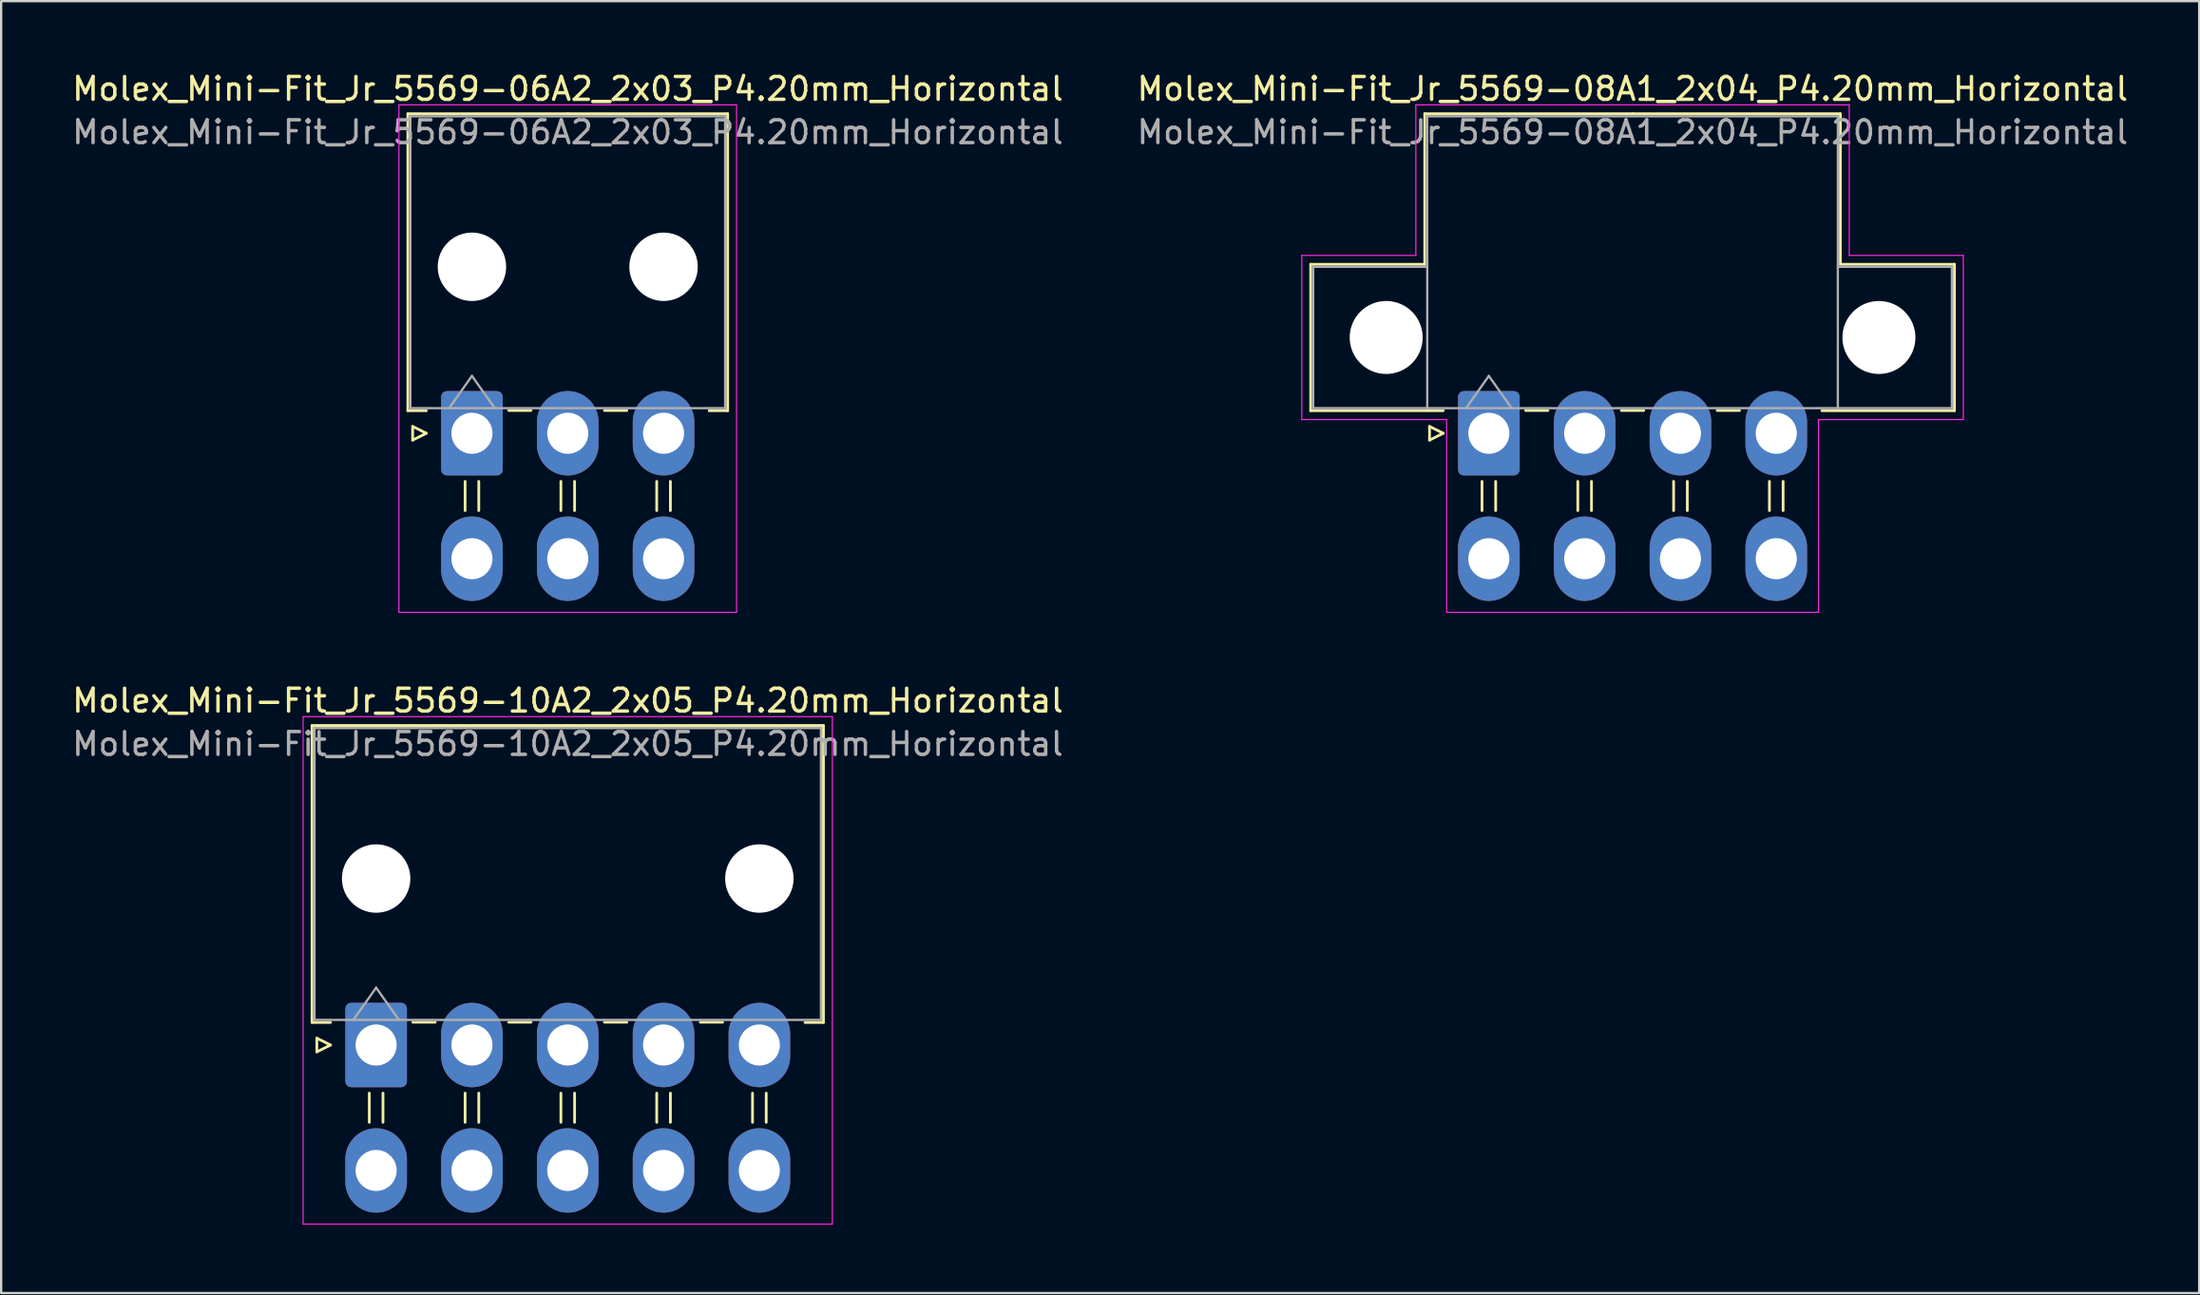
<source format=kicad_pcb>
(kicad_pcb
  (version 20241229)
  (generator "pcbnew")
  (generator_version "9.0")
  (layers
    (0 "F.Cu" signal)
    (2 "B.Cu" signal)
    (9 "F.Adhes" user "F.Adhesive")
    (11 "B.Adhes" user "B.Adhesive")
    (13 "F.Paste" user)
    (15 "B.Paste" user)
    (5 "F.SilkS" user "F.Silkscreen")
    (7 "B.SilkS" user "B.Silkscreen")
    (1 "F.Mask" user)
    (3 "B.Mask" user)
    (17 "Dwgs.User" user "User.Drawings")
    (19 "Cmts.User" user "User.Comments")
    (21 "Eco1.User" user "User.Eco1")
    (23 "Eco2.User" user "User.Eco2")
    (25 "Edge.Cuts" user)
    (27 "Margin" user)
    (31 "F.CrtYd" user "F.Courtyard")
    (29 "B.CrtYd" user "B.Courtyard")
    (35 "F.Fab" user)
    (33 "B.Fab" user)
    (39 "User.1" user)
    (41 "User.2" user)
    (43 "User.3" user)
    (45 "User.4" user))
  (footprint "Molex_Mini-Fit_Jr_5569-06A2_2x03_P4.20mm_Horizontal"
    (layer "F.Cu")
    (at 17.639 15.948)
    (property "Reference" "Molex_Mini-Fit_Jr_5569-06A2_2x03_P4.20mm_Horizontal" (at 4.2 -15.1 0) (layer "F.SilkS") (effects (font (size 1 1) (thickness 0.15))))
    (attr through_hole)
    (fp_line (start -2.81 -14.01) (end 4.2 -14.01) (stroke (width 0.12) (type solid)) (layer "F.SilkS"))
    (fp_line (start -2.81 -0.99) (end -2.81 -14.01) (stroke (width 0.12) (type solid)) (layer "F.SilkS"))
    (fp_line (start -2.6 -0.3) (end -2 0) (stroke (width 0.12) (type solid)) (layer "F.SilkS"))
    (fp_line (start -2.6 0.3) (end -2.6 -0.3) (stroke (width 0.12) (type solid)) (layer "F.SilkS"))
    (fp_line (start -2 -0.99) (end -2.81 -0.99) (stroke (width 0.12) (type solid)) (layer "F.SilkS"))
    (fp_line (start -2 0) (end -2.6 0.3) (stroke (width 0.12) (type solid)) (layer "F.SilkS"))
    (fp_line (start -0.3 2.11) (end -0.3 3.39) (stroke (width 0.12) (type solid)) (layer "F.SilkS"))
    (fp_line (start 0.3 2.11) (end 0.3 3.39) (stroke (width 0.12) (type solid)) (layer "F.SilkS"))
    (fp_line (start 1.61 -1) (end 2.59 -1) (stroke (width 0.12) (type solid)) (layer "F.SilkS"))
    (fp_line (start 3.9 2.11) (end 3.9 3.39) (stroke (width 0.12) (type solid)) (layer "F.SilkS"))
    (fp_line (start 4.5 2.11) (end 4.5 3.39) (stroke (width 0.12) (type solid)) (layer "F.SilkS"))
    (fp_line (start 5.81 -1) (end 6.79 -1) (stroke (width 0.12) (type solid)) (layer "F.SilkS"))
    (fp_line (start 8.1 2.11) (end 8.1 3.39) (stroke (width 0.12) (type solid)) (layer "F.SilkS"))
    (fp_line (start 8.7 2.11) (end 8.7 3.39) (stroke (width 0.12) (type solid)) (layer "F.SilkS"))
    (fp_line (start 10.4 -0.99) (end 11.21 -0.99) (stroke (width 0.12) (type solid)) (layer "F.SilkS"))
    (fp_line (start 11.21 -14.01) (end 4.2 -14.01) (stroke (width 0.12) (type solid)) (layer "F.SilkS"))
    (fp_line (start 11.21 -0.99) (end 11.21 -14.01) (stroke (width 0.12) (type solid)) (layer "F.SilkS"))
    (fp_line (start -3.2 -14.4) (end -3.2 7.85) (stroke (width 0.05) (type solid)) (layer "F.CrtYd"))
    (fp_line (start -3.2 7.85) (end 11.6 7.85) (stroke (width 0.05) (type solid)) (layer "F.CrtYd"))
    (fp_line (start 11.6 -14.4) (end -3.2 -14.4) (stroke (width 0.05) (type solid)) (layer "F.CrtYd"))
    (fp_line (start 11.6 7.85) (end 11.6 -14.4) (stroke (width 0.05) (type solid)) (layer "F.CrtYd"))
    (fp_line (start -2.7 -13.9) (end -2.7 -1.1) (stroke (width 0.1) (type solid)) (layer "F.Fab"))
    (fp_line (start -2.7 -1.1) (end 11.1 -1.1) (stroke (width 0.1) (type solid)) (layer "F.Fab"))
    (fp_line (start -1 -1.1) (end 0 -2.514) (stroke (width 0.1) (type solid)) (layer "F.Fab"))
    (fp_line (start 0 -2.514) (end 1 -1.1) (stroke (width 0.1) (type solid)) (layer "F.Fab"))
    (fp_line (start 11.1 -13.9) (end -2.7 -13.9) (stroke (width 0.1) (type solid)) (layer "F.Fab"))
    (fp_line (start 11.1 -1.1) (end 11.1 -13.9) (stroke (width 0.1) (type solid)) (layer "F.Fab"))
    (fp_text user "${REFERENCE}" (at 4.2 -13.2 0) (layer "F.Fab") (effects (font (size 1 1) (thickness 0.15))))
    (pad "" np_thru_hole circle (at 0 -7.3) (size 3 3) (drill 3) (layers "*.Cu" "*.Mask"))
    (pad "" np_thru_hole circle (at 8.4 -7.3) (size 3 3) (drill 3) (layers "*.Cu" "*.Mask"))
    (pad "1" thru_hole roundrect (at 0 0) (size 2.7 3.7) (drill 1.8) (layers "*.Cu" "*.Mask") (roundrect_rratio 0.093))
    (pad "2" thru_hole oval (at 4.2 0) (size 2.7 3.7) (drill 1.8) (layers "*.Cu" "*.Mask"))
    (pad "3" thru_hole oval (at 8.4 0) (size 2.7 3.7) (drill 1.8) (layers "*.Cu" "*.Mask"))
    (pad "4" thru_hole oval (at 0 5.5) (size 2.7 3.7) (drill 1.8) (layers "*.Cu" "*.Mask"))
    (pad "5" thru_hole oval (at 4.2 5.5) (size 2.7 3.7) (drill 1.8) (layers "*.Cu" "*.Mask"))
    (pad "6" thru_hole oval (at 8.4 5.5) (size 2.7 3.7) (drill 1.8) (layers "*.Cu" "*.Mask")))
  (footprint "Molex_Mini-Fit_Jr_5569-08A1_2x04_P4.20mm_Horizontal"
    (layer "F.Cu")
    (at 62.218 15.948)
    (property "Reference" "Molex_Mini-Fit_Jr_5569-08A1_2x04_P4.20mm_Horizontal" (at 6.3 -15.1 0) (layer "F.SilkS") (effects (font (size 1 1) (thickness 0.15))))
    (attr through_hole)
    (fp_line (start -7.81 -7.41) (end -7.81 -0.99) (stroke (width 0.12) (type solid)) (layer "F.SilkS"))
    (fp_line (start -7.81 -0.99) (end -2 -0.99) (stroke (width 0.12) (type solid)) (layer "F.SilkS"))
    (fp_line (start -2.81 -14.01) (end -2.81 -7.41) (stroke (width 0.12) (type solid)) (layer "F.SilkS"))
    (fp_line (start -2.81 -7.41) (end -7.81 -7.41) (stroke (width 0.12) (type solid)) (layer "F.SilkS"))
    (fp_line (start -2.6 -0.3) (end -2 0) (stroke (width 0.12) (type solid)) (layer "F.SilkS"))
    (fp_line (start -2.6 0.3) (end -2.6 -0.3) (stroke (width 0.12) (type solid)) (layer "F.SilkS"))
    (fp_line (start -2 0) (end -2.6 0.3) (stroke (width 0.12) (type solid)) (layer "F.SilkS"))
    (fp_line (start -0.3 2.11) (end -0.3 3.39) (stroke (width 0.12) (type solid)) (layer "F.SilkS"))
    (fp_line (start 0.3 2.11) (end 0.3 3.39) (stroke (width 0.12) (type solid)) (layer "F.SilkS"))
    (fp_line (start 1.61 -1) (end 2.59 -1) (stroke (width 0.12) (type solid)) (layer "F.SilkS"))
    (fp_line (start 3.9 2.11) (end 3.9 3.39) (stroke (width 0.12) (type solid)) (layer "F.SilkS"))
    (fp_line (start 4.5 2.11) (end 4.5 3.39) (stroke (width 0.12) (type solid)) (layer "F.SilkS"))
    (fp_line (start 5.81 -1) (end 6.79 -1) (stroke (width 0.12) (type solid)) (layer "F.SilkS"))
    (fp_line (start 6.3 -14.01) (end -2.81 -14.01) (stroke (width 0.12) (type solid)) (layer "F.SilkS"))
    (fp_line (start 6.3 -14.01) (end 15.41 -14.01) (stroke (width 0.12) (type solid)) (layer "F.SilkS"))
    (fp_line (start 8.1 2.11) (end 8.1 3.39) (stroke (width 0.12) (type solid)) (layer "F.SilkS"))
    (fp_line (start 8.7 2.11) (end 8.7 3.39) (stroke (width 0.12) (type solid)) (layer "F.SilkS"))
    (fp_line (start 10.01 -1) (end 10.99 -1) (stroke (width 0.12) (type solid)) (layer "F.SilkS"))
    (fp_line (start 12.3 2.11) (end 12.3 3.39) (stroke (width 0.12) (type solid)) (layer "F.SilkS"))
    (fp_line (start 12.9 2.11) (end 12.9 3.39) (stroke (width 0.12) (type solid)) (layer "F.SilkS"))
    (fp_line (start 15.41 -14.01) (end 15.41 -7.41) (stroke (width 0.12) (type solid)) (layer "F.SilkS"))
    (fp_line (start 15.41 -7.41) (end 20.41 -7.41) (stroke (width 0.12) (type solid)) (layer "F.SilkS"))
    (fp_line (start 20.41 -7.41) (end 20.41 -0.99) (stroke (width 0.12) (type solid)) (layer "F.SilkS"))
    (fp_line (start 20.41 -0.99) (end 14.6 -0.99) (stroke (width 0.12) (type solid)) (layer "F.SilkS"))
    (fp_line (start -8.2 -7.8) (end -8.2 -0.6) (stroke (width 0.05) (type solid)) (layer "F.CrtYd"))
    (fp_line (start -8.2 -0.6) (end -1.85 -0.6) (stroke (width 0.05) (type solid)) (layer "F.CrtYd"))
    (fp_line (start -3.2 -14.4) (end -3.2 -7.8) (stroke (width 0.05) (type solid)) (layer "F.CrtYd"))
    (fp_line (start -3.2 -7.8) (end -8.2 -7.8) (stroke (width 0.05) (type solid)) (layer "F.CrtYd"))
    (fp_line (start -1.85 -0.6) (end -1.85 7.85) (stroke (width 0.05) (type solid)) (layer "F.CrtYd"))
    (fp_line (start -1.85 7.85) (end 6.3 7.85) (stroke (width 0.05) (type solid)) (layer "F.CrtYd"))
    (fp_line (start 6.3 -14.4) (end -3.2 -14.4) (stroke (width 0.05) (type solid)) (layer "F.CrtYd"))
    (fp_line (start 6.3 -14.4) (end 15.8 -14.4) (stroke (width 0.05) (type solid)) (layer "F.CrtYd"))
    (fp_line (start 14.45 -0.6) (end 14.45 7.85) (stroke (width 0.05) (type solid)) (layer "F.CrtYd"))
    (fp_line (start 14.45 7.85) (end 6.3 7.85) (stroke (width 0.05) (type solid)) (layer "F.CrtYd"))
    (fp_line (start 15.8 -14.4) (end 15.8 -7.8) (stroke (width 0.05) (type solid)) (layer "F.CrtYd"))
    (fp_line (start 15.8 -7.8) (end 20.8 -7.8) (stroke (width 0.05) (type solid)) (layer "F.CrtYd"))
    (fp_line (start 20.8 -7.8) (end 20.8 -0.6) (stroke (width 0.05) (type solid)) (layer "F.CrtYd"))
    (fp_line (start 20.8 -0.6) (end 14.45 -0.6) (stroke (width 0.05) (type solid)) (layer "F.CrtYd"))
    (fp_line (start -7.7 -7.3) (end -7.7 -1.1) (stroke (width 0.1) (type solid)) (layer "F.Fab"))
    (fp_line (start -7.7 -1.1) (end -2.7 -1.1) (stroke (width 0.1) (type solid)) (layer "F.Fab"))
    (fp_line (start -2.7 -13.9) (end -2.7 -1.1) (stroke (width 0.1) (type solid)) (layer "F.Fab"))
    (fp_line (start -2.7 -7.3) (end -7.7 -7.3) (stroke (width 0.1) (type solid)) (layer "F.Fab"))
    (fp_line (start -2.7 -1.1) (end 15.3 -1.1) (stroke (width 0.1) (type solid)) (layer "F.Fab"))
    (fp_line (start -1 -1.1) (end 0 -2.514) (stroke (width 0.1) (type solid)) (layer "F.Fab"))
    (fp_line (start 0 -2.514) (end 1 -1.1) (stroke (width 0.1) (type solid)) (layer "F.Fab"))
    (fp_line (start 15.3 -13.9) (end -2.7 -13.9) (stroke (width 0.1) (type solid)) (layer "F.Fab"))
    (fp_line (start 15.3 -7.3) (end 20.3 -7.3) (stroke (width 0.1) (type solid)) (layer "F.Fab"))
    (fp_line (start 15.3 -1.1) (end 15.3 -13.9) (stroke (width 0.1) (type solid)) (layer "F.Fab"))
    (fp_line (start 20.3 -7.3) (end 20.3 -1.1) (stroke (width 0.1) (type solid)) (layer "F.Fab"))
    (fp_line (start 20.3 -1.1) (end 15.3 -1.1) (stroke (width 0.1) (type solid)) (layer "F.Fab"))
    (fp_text user "${REFERENCE}" (at 6.3 -13.2 0) (layer "F.Fab") (effects (font (size 1 1) (thickness 0.15))))
    (pad "" np_thru_hole circle (at -4.5 -4.2) (size 3.2 3.2) (drill 3.2) (layers "*.Cu" "*.Mask"))
    (pad "" np_thru_hole circle (at 17.1 -4.2) (size 3.2 3.2) (drill 3.2) (layers "*.Cu" "*.Mask"))
    (pad "1" thru_hole roundrect (at 0 0) (size 2.7 3.7) (drill 1.8) (layers "*.Cu" "*.Mask") (roundrect_rratio 0.093))
    (pad "2" thru_hole oval (at 4.2 0) (size 2.7 3.7) (drill 1.8) (layers "*.Cu" "*.Mask"))
    (pad "3" thru_hole oval (at 8.4 0) (size 2.7 3.7) (drill 1.8) (layers "*.Cu" "*.Mask"))
    (pad "4" thru_hole oval (at 12.6 0) (size 2.7 3.7) (drill 1.8) (layers "*.Cu" "*.Mask"))
    (pad "5" thru_hole oval (at 0 5.5) (size 2.7 3.7) (drill 1.8) (layers "*.Cu" "*.Mask"))
    (pad "6" thru_hole oval (at 4.2 5.5) (size 2.7 3.7) (drill 1.8) (layers "*.Cu" "*.Mask"))
    (pad "7" thru_hole oval (at 8.4 5.5) (size 2.7 3.7) (drill 1.8) (layers "*.Cu" "*.Mask"))
    (pad "8" thru_hole oval (at 12.6 5.5) (size 2.7 3.7) (drill 1.8) (layers "*.Cu" "*.Mask")))
  (footprint "Molex_Mini-Fit_Jr_5569-10A2_2x05_P4.20mm_Horizontal"
    (layer "F.Cu")
    (at 13.439 42.772)
    (property "Reference" "Molex_Mini-Fit_Jr_5569-10A2_2x05_P4.20mm_Horizontal" (at 8.4 -15.1 0) (layer "F.SilkS") (effects (font (size 1 1) (thickness 0.15))))
    (attr through_hole)
    (fp_line (start -2.81 -14.01) (end 8.4 -14.01) (stroke (width 0.12) (type solid)) (layer "F.SilkS"))
    (fp_line (start -2.81 -0.99) (end -2.81 -14.01) (stroke (width 0.12) (type solid)) (layer "F.SilkS"))
    (fp_line (start -2.6 -0.3) (end -2 0) (stroke (width 0.12) (type solid)) (layer "F.SilkS"))
    (fp_line (start -2.6 0.3) (end -2.6 -0.3) (stroke (width 0.12) (type solid)) (layer "F.SilkS"))
    (fp_line (start -2 -0.99) (end -2.81 -0.99) (stroke (width 0.12) (type solid)) (layer "F.SilkS"))
    (fp_line (start -2 0) (end -2.6 0.3) (stroke (width 0.12) (type solid)) (layer "F.SilkS"))
    (fp_line (start -0.3 2.11) (end -0.3 3.39) (stroke (width 0.12) (type solid)) (layer "F.SilkS"))
    (fp_line (start 0.3 2.11) (end 0.3 3.39) (stroke (width 0.12) (type solid)) (layer "F.SilkS"))
    (fp_line (start 1.61 -1) (end 2.59 -1) (stroke (width 0.12) (type solid)) (layer "F.SilkS"))
    (fp_line (start 3.9 2.11) (end 3.9 3.39) (stroke (width 0.12) (type solid)) (layer "F.SilkS"))
    (fp_line (start 4.5 2.11) (end 4.5 3.39) (stroke (width 0.12) (type solid)) (layer "F.SilkS"))
    (fp_line (start 5.81 -1) (end 6.79 -1) (stroke (width 0.12) (type solid)) (layer "F.SilkS"))
    (fp_line (start 8.1 2.11) (end 8.1 3.39) (stroke (width 0.12) (type solid)) (layer "F.SilkS"))
    (fp_line (start 8.7 2.11) (end 8.7 3.39) (stroke (width 0.12) (type solid)) (layer "F.SilkS"))
    (fp_line (start 10.01 -1) (end 10.99 -1) (stroke (width 0.12) (type solid)) (layer "F.SilkS"))
    (fp_line (start 12.3 2.11) (end 12.3 3.39) (stroke (width 0.12) (type solid)) (layer "F.SilkS"))
    (fp_line (start 12.9 2.11) (end 12.9 3.39) (stroke (width 0.12) (type solid)) (layer "F.SilkS"))
    (fp_line (start 14.21 -1) (end 15.19 -1) (stroke (width 0.12) (type solid)) (layer "F.SilkS"))
    (fp_line (start 16.5 2.11) (end 16.5 3.39) (stroke (width 0.12) (type solid)) (layer "F.SilkS"))
    (fp_line (start 17.1 2.11) (end 17.1 3.39) (stroke (width 0.12) (type solid)) (layer "F.SilkS"))
    (fp_line (start 18.8 -0.99) (end 19.61 -0.99) (stroke (width 0.12) (type solid)) (layer "F.SilkS"))
    (fp_line (start 19.61 -14.01) (end 8.4 -14.01) (stroke (width 0.12) (type solid)) (layer "F.SilkS"))
    (fp_line (start 19.61 -0.99) (end 19.61 -14.01) (stroke (width 0.12) (type solid)) (layer "F.SilkS"))
    (fp_line (start -3.2 -14.4) (end -3.2 7.85) (stroke (width 0.05) (type solid)) (layer "F.CrtYd"))
    (fp_line (start -3.2 7.85) (end 20 7.85) (stroke (width 0.05) (type solid)) (layer "F.CrtYd"))
    (fp_line (start 20 -14.4) (end -3.2 -14.4) (stroke (width 0.05) (type solid)) (layer "F.CrtYd"))
    (fp_line (start 20 7.85) (end 20 -14.4) (stroke (width 0.05) (type solid)) (layer "F.CrtYd"))
    (fp_line (start -2.7 -13.9) (end -2.7 -1.1) (stroke (width 0.1) (type solid)) (layer "F.Fab"))
    (fp_line (start -2.7 -1.1) (end 19.5 -1.1) (stroke (width 0.1) (type solid)) (layer "F.Fab"))
    (fp_line (start -1 -1.1) (end 0 -2.514) (stroke (width 0.1) (type solid)) (layer "F.Fab"))
    (fp_line (start 0 -2.514) (end 1 -1.1) (stroke (width 0.1) (type solid)) (layer "F.Fab"))
    (fp_line (start 19.5 -13.9) (end -2.7 -13.9) (stroke (width 0.1) (type solid)) (layer "F.Fab"))
    (fp_line (start 19.5 -1.1) (end 19.5 -13.9) (stroke (width 0.1) (type solid)) (layer "F.Fab"))
    (fp_text user "${REFERENCE}" (at 8.4 -13.2 0) (layer "F.Fab") (effects (font (size 1 1) (thickness 0.15))))
    (pad "" np_thru_hole circle (at 0 -7.3) (size 3 3) (drill 3) (layers "*.Cu" "*.Mask"))
    (pad "" np_thru_hole circle (at 16.8 -7.3) (size 3 3) (drill 3) (layers "*.Cu" "*.Mask"))
    (pad "1" thru_hole roundrect (at 0 0) (size 2.7 3.7) (drill 1.8) (layers "*.Cu" "*.Mask") (roundrect_rratio 0.093))
    (pad "2" thru_hole oval (at 4.2 0) (size 2.7 3.7) (drill 1.8) (layers "*.Cu" "*.Mask"))
    (pad "3" thru_hole oval (at 8.4 0) (size 2.7 3.7) (drill 1.8) (layers "*.Cu" "*.Mask"))
    (pad "4" thru_hole oval (at 12.6 0) (size 2.7 3.7) (drill 1.8) (layers "*.Cu" "*.Mask"))
    (pad "5" thru_hole oval (at 16.8 0) (size 2.7 3.7) (drill 1.8) (layers "*.Cu" "*.Mask"))
    (pad "6" thru_hole oval (at 0 5.5) (size 2.7 3.7) (drill 1.8) (layers "*.Cu" "*.Mask"))
    (pad "7" thru_hole oval (at 4.2 5.5) (size 2.7 3.7) (drill 1.8) (layers "*.Cu" "*.Mask"))
    (pad "8" thru_hole oval (at 8.4 5.5) (size 2.7 3.7) (drill 1.8) (layers "*.Cu" "*.Mask"))
    (pad "9" thru_hole oval (at 12.6 5.5) (size 2.7 3.7) (drill 1.8) (layers "*.Cu" "*.Mask"))
    (pad "10" thru_hole oval (at 16.8 5.5) (size 2.7 3.7) (drill 1.8) (layers "*.Cu" "*.Mask")))
  (gr_rect
    (start -3 -3)
    (end 93.357 53.647)
    (stroke (width 0.1) (type default))
    (fill no)
    (layer "Edge.Cuts")))
</source>
